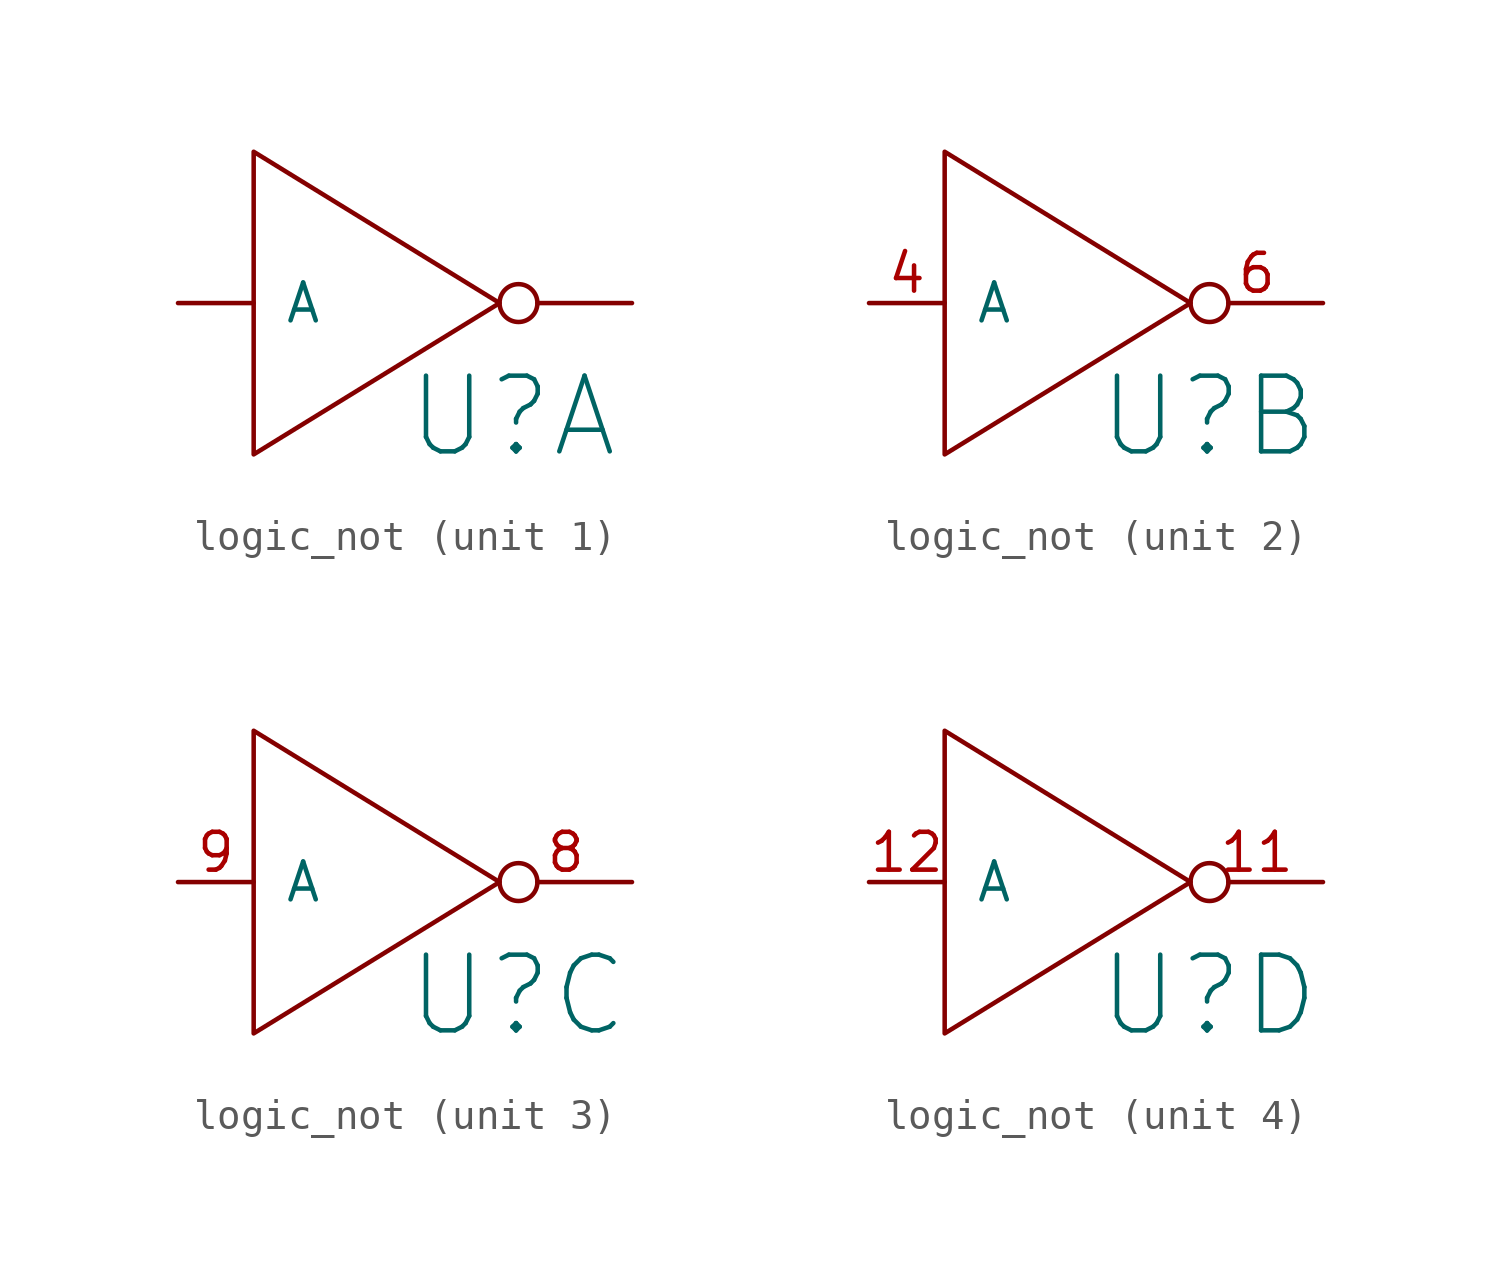
<source format=kicad_sym>
(kicad_symbol_lib
  (version 20231120)
  (generator "kicad_symbol_editor")
  (generator_version "8.0")
  (symbol "logic_not"
    (pin_names
      (offset 1.016))
    (property "Reference" "U"
      (at 7.62 -6.35 0)
      (effects (font (size 2.54 2.54)) (justify left)))
    (symbol "logic_not_0_1"
      (polyline (pts (xy 2.54 2.54) (xy 10.795 -2.54) (xy 2.54 -7.62) (xy 2.54 2.54)) (stroke (width 0) (type default)) (fill (type none))))
    (symbol "logic_not_1_1"
      (pin output inverted (at 15.24 -2.54 180) (length 4.445) (name "" (effects (font (size 1.27 1.27)))) (number "" (effects (font (size 1.27 1.27)))))
      (pin input line (at 0 -2.54 0) (length 2.54) (name "A" (effects (font (size 1.27 1.27)))) (number "" (effects (font (size 1.27 1.27))))))
    (symbol "logic_not_2_1"
      (pin input line (at 0 -2.54 0) (length 2.54) (name "A" (effects (font (size 1.27 1.27)))) (number "4" (effects (font (size 1.27 1.27)))))
      (pin output inverted (at 15.24 -2.54 180) (length 4.445) (name "" (effects (font (size 1.27 1.27)))) (number "6" (effects (font (size 1.27 1.27))))))
    (symbol "logic_not_3_1"
      (pin output inverted (at 15.24 -2.54 180) (length 4.445) (name "" (effects (font (size 1.27 1.27)))) (number "8" (effects (font (size 1.27 1.27)))))
      (pin input line (at 0 -2.54 0) (length 2.54) (name "A" (effects (font (size 1.27 1.27)))) (number "9" (effects (font (size 1.27 1.27))))))
    (symbol "logic_not_4_1"
      (pin output inverted (at 15.24 -2.54 180) (length 4.445) (name "" (effects (font (size 1.27 1.27)))) (number "11" (effects (font (size 1.27 1.27)))))
      (pin input line (at 0 -2.54 0) (length 2.54) (name "A" (effects (font (size 1.27 1.27)))) (number "12" (effects (font (size 1.27 1.27))))))))
</source>
